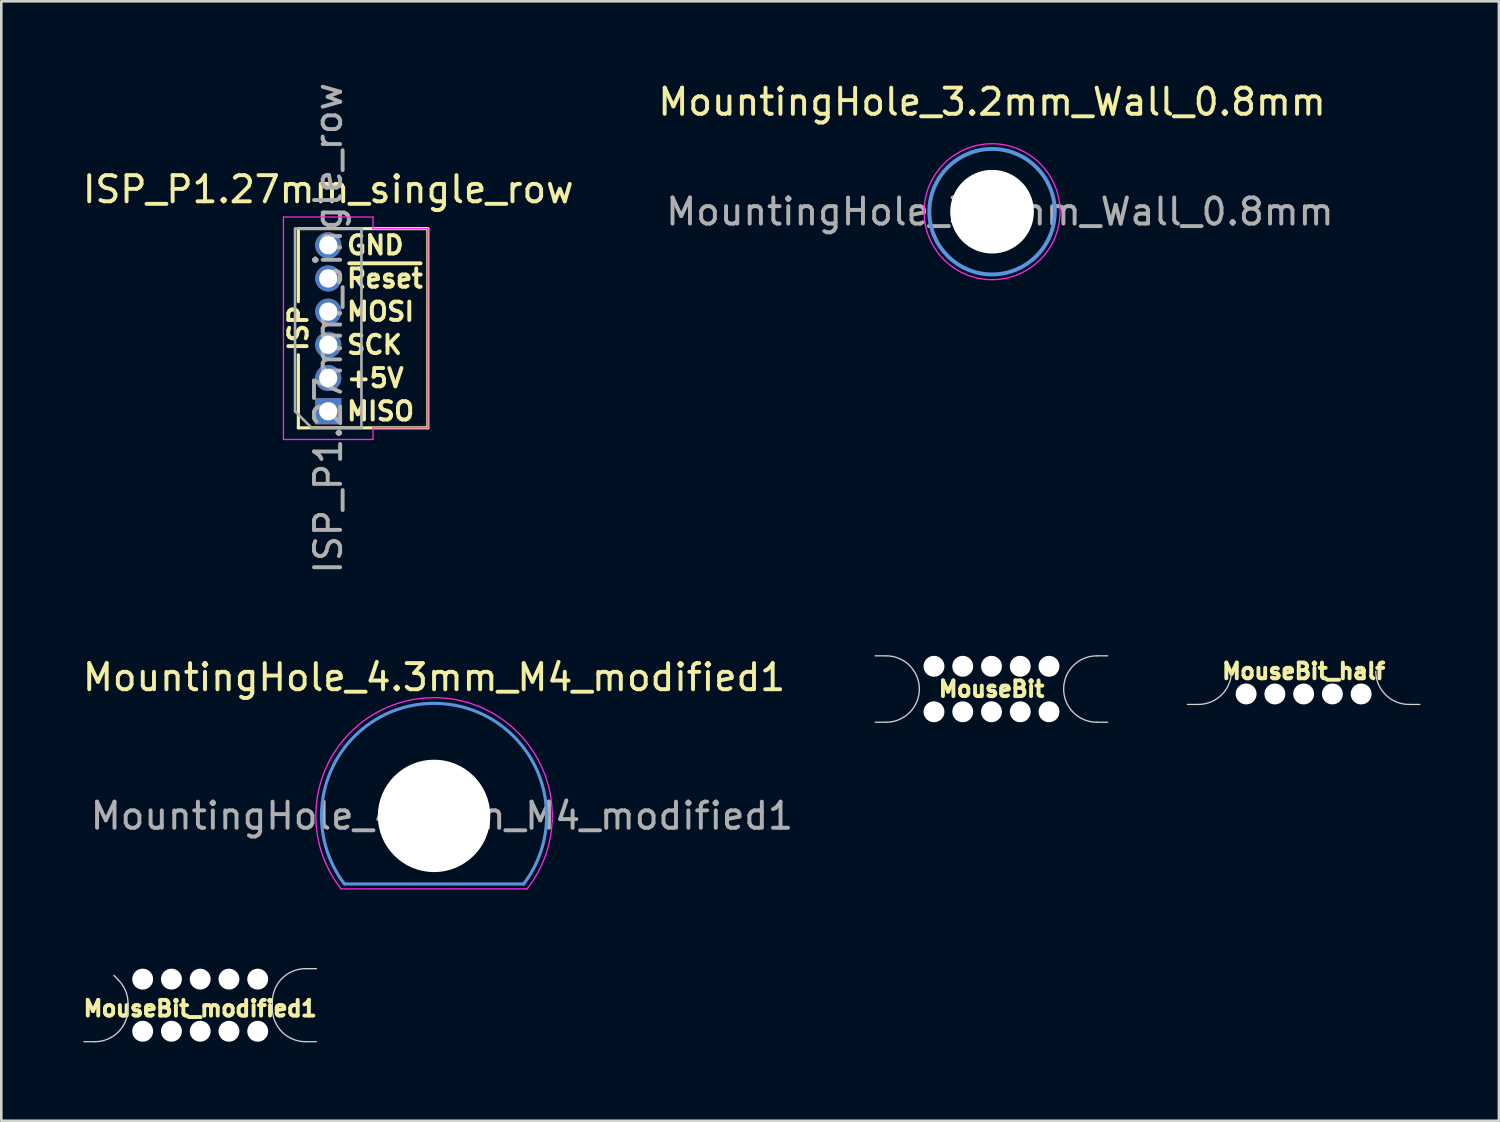
<source format=kicad_pcb>
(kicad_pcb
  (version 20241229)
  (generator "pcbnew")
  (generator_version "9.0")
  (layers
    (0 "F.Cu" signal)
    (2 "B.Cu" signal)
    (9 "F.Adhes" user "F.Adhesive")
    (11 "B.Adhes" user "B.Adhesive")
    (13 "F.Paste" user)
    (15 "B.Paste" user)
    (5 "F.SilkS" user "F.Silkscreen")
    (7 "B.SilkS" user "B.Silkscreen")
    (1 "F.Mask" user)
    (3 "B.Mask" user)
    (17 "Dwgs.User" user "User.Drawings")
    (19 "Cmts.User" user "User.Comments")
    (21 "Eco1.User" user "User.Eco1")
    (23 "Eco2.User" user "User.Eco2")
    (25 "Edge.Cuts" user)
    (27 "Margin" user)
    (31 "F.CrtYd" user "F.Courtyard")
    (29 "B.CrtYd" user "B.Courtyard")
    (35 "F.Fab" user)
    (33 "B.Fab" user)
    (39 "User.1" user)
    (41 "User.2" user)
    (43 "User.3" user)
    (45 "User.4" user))
  (footprint "ISP_P1.27mm_single_row"
    (layer "F.Cu")
    (at 9.506 6.331)
    (property "Reference" "ISP_P1.27mm_single_row" (at 0 -2.135 0) (layer "F.SilkS") (effects (font (size 1 1) (thickness 0.15))))
    (attr through_hole)
    (fp_line (start -1.143 -0.635) (end 3.81 -0.635) (stroke (width 0.12) (type solid)) (layer "F.SilkS"))
    (fp_line (start -1.143 2.159) (end -1.143 -0.635) (stroke (width 0.12) (type solid)) (layer "F.SilkS"))
    (fp_line (start -1.143 6.985) (end -1.143 4.191) (stroke (width 0.12) (type solid)) (layer "F.SilkS"))
    (fp_line (start 3.81 -0.635) (end 3.81 6.985) (stroke (width 0.12) (type solid)) (layer "F.SilkS"))
    (fp_line (start 3.81 6.985) (end -1.143 6.985) (stroke (width 0.12) (type solid)) (layer "F.SilkS"))
    (fp_line (start -1.714 -1.079) (end 1.714 -1.079) (stroke (width 0.05) (type solid)) (layer "F.CrtYd"))
    (fp_line (start -1.714 7.429) (end -1.714 -1.079) (stroke (width 0.05) (type solid)) (layer "F.CrtYd"))
    (fp_line (start 1.714 -1.079) (end 1.714 -0.635) (stroke (width 0.05) (type solid)) (layer "F.CrtYd"))
    (fp_line (start 1.714 -0.635) (end 3.81 -0.635) (stroke (width 0.05) (type solid)) (layer "F.CrtYd"))
    (fp_line (start 1.714 6.985) (end 3.81 6.985) (stroke (width 0.05) (type solid)) (layer "F.CrtYd"))
    (fp_line (start 1.714 7.429) (end -1.714 7.429) (stroke (width 0.05) (type solid)) (layer "F.CrtYd"))
    (fp_line (start 1.714 7.429) (end 1.714 6.985) (stroke (width 0.05) (type solid)) (layer "F.CrtYd"))
    (fp_line (start 3.81 -0.635) (end 3.81 6.985) (stroke (width 0.05) (type solid)) (layer "F.CrtYd"))
    (fp_line (start -1.27 -0.635) (end 1.27 -0.635) (stroke (width 0.1) (type solid)) (layer "F.Fab"))
    (fp_line (start -1.27 6.35) (end -1.27 -0.635) (stroke (width 0.1) (type solid)) (layer "F.Fab"))
    (fp_line (start -0.635 6.985) (end -1.27 6.35) (stroke (width 0.1) (type solid)) (layer "F.Fab"))
    (fp_line (start 1.27 -0.635) (end 1.27 6.985) (stroke (width 0.1) (type solid)) (layer "F.Fab"))
    (fp_line (start 1.27 6.985) (end -0.635 6.985) (stroke (width 0.1) (type solid)) (layer "F.Fab"))
    (fp_text user "SCK" (at 0.635 3.81 0) (layer "F.SilkS") (effects (font (size 0.7 0.7) (thickness 0.15)) (justify left)))
    (fp_text user "MOSI" (at 0.635 2.54 0) (layer "F.SilkS") (effects (font (size 0.7 0.7) (thickness 0.15)) (justify left)))
    (fp_text user "ISP" (at -1.143 3.175 270) (layer "F.SilkS") (effects (font (size 0.7 0.7) (thickness 0.15))))
    (fp_text user "GND" (at 0.635 0 0) (layer "F.SilkS") (effects (font (size 0.7 0.7) (thickness 0.15)) (justify left)))
    (fp_text user "+5V" (at 0.635 5.08 0) (layer "F.SilkS") (effects (font (size 0.7 0.7) (thickness 0.15)) (justify left)))
    (fp_text user "MISO" (at 0.635 6.35 0) (layer "F.SilkS") (effects (font (size 0.7 0.7) (thickness 0.15)) (justify left)))
    (fp_text user "~{Reset}" (at 0.635 1.27 0) (layer "F.SilkS") (effects (font (size 0.7 0.7) (thickness 0.15)) (justify left)))
    (fp_text user "${REFERENCE}" (at 0 3.175 270) (layer "F.Fab") (effects (font (size 1 1) (thickness 0.15))))
    (pad "1" thru_hole rect (at 0 6.35 180) (size 1 1) (drill 0.7) (layers "*.Cu" "*.Mask"))
    (pad "2" thru_hole oval (at 0 5.08 180) (size 1 1) (drill 0.7) (layers "*.Cu" "*.Mask"))
    (pad "3" thru_hole oval (at 0 3.81 180) (size 1 1) (drill 0.7) (layers "*.Cu" "*.Mask"))
    (pad "4" thru_hole oval (at 0 2.54 180) (size 1 1) (drill 0.7) (layers "*.Cu" "*.Mask"))
    (pad "5" thru_hole oval (at 0 1.27 180) (size 1 1) (drill 0.7) (layers "*.Cu" "*.Mask"))
    (pad "6" thru_hole oval (at 0 0 180) (size 1 1) (drill 0.7) (layers "*.Cu" "*.Mask")))
  (footprint "MountingHole_3.2mm_Wall_0.8mm"
    (layer "F.Cu")
    (at 34.899 5.048)
    (property "Reference" "MountingHole_3.2mm_Wall_0.8mm" (at 0 -4.2 0) (layer "F.SilkS") (effects (font (size 1 1) (thickness 0.15))))
    (attr exclude_from_pos_files exclude_from_bom)
    (fp_circle (center 0 0) (end 2.4 0) (stroke (width 0.15) (type solid)) (fill no) (layer "Cmts.User"))
    (fp_circle (center 0 0) (end 2.6 0) (stroke (width 0.05) (type solid)) (fill no) (layer "F.CrtYd"))
    (fp_text user "${REFERENCE}" (at 0.3 0 0) (layer "F.Fab") (effects (font (size 1 1) (thickness 0.15))))
    (pad "" np_thru_hole circle (at 0 0) (size 3.2 3.2) (drill 3.2) (layers "*.Cu" "*.Mask")))
  (footprint "MouseBit"
    (layer "F.Cu")
    (at 34.877 23.307)
    (property "Reference" "MouseBit" (at 0 0 0) (layer "F.SilkS") (effects (font (size 0.6 0.6) (thickness 0.15))))
    (attr through_hole)
    (fp_line (start -4.03 -1.27) (end -4.445 -1.27) (stroke (width 0.05) (type solid)) (layer "Edge.Cuts"))
    (fp_line (start -4.03 1.27) (end -4.445 1.27) (stroke (width 0.05) (type solid)) (layer "Edge.Cuts"))
    (fp_line (start 4.03 -1.27) (end 4.445 -1.27) (stroke (width 0.05) (type solid)) (layer "Edge.Cuts"))
    (fp_line (start 4.03 1.27) (end 4.445 1.27) (stroke (width 0.05) (type solid)) (layer "Edge.Cuts"))
    (fp_arc (start -4.03 -1.27) (mid -2.76 0) (end -4.03 1.27) (stroke (width 0.05) (type solid)) (layer "Edge.Cuts"))
    (fp_arc (start 4.03 1.27) (mid 2.76 0) (end 4.03 -1.27) (stroke (width 0.05) (type solid)) (layer "Edge.Cuts"))
    (pad "" np_thru_hole circle (at -2.2 -0.87 180) (size 0.8 0.8) (drill 0.8) (layers "*.Cu" "*.Mask"))
    (pad "" np_thru_hole circle (at -2.2 0.87) (size 0.8 0.8) (drill 0.8) (layers "*.Cu" "*.Mask"))
    (pad "" np_thru_hole circle (at -1.1 -0.87 180) (size 0.8 0.8) (drill 0.8) (layers "*.Cu" "*.Mask"))
    (pad "" np_thru_hole circle (at -1.1 0.87) (size 0.8 0.8) (drill 0.8) (layers "*.Cu" "*.Mask"))
    (pad "" np_thru_hole circle (at 0 -0.87 180) (size 0.8 0.8) (drill 0.8) (layers "*.Cu" "*.Mask"))
    (pad "" np_thru_hole circle (at 0 0.87) (size 0.8 0.8) (drill 0.8) (layers "*.Cu" "*.Mask"))
    (pad "" np_thru_hole circle (at 1.1 -0.87 180) (size 0.8 0.8) (drill 0.8) (layers "*.Cu" "*.Mask"))
    (pad "" np_thru_hole circle (at 1.1 0.87) (size 0.8 0.8) (drill 0.8) (layers "*.Cu" "*.Mask"))
    (pad "" np_thru_hole circle (at 2.2 -0.87 180) (size 0.8 0.8) (drill 0.8) (layers "*.Cu" "*.Mask"))
    (pad "" np_thru_hole circle (at 2.2 0.87) (size 0.8 0.8) (drill 0.8) (layers "*.Cu" "*.Mask")))
  (footprint "MouseBit_half"
    (layer "F.Cu")
    (at 46.817 22.626)
    (property "Reference" "MouseBit_half" (at 0 0 0) (layer "F.SilkS") (effects (font (size 0.6 0.6) (thickness 0.15))))
    (attr through_hole)
    (fp_line (start -4.03 1.27) (end -4.445 1.27) (stroke (width 0.05) (type solid)) (layer "Edge.Cuts"))
    (fp_line (start 4.03 1.27) (end 4.445 1.27) (stroke (width 0.05) (type solid)) (layer "Edge.Cuts"))
    (fp_arc (start -2.76 0) (mid -3.131974 0.898026) (end -4.03 1.27) (stroke (width 0.05) (type solid)) (layer "Edge.Cuts"))
    (fp_arc (start 4.03 1.27) (mid 3.131974 0.898026) (end 2.76 0) (stroke (width 0.05) (type solid)) (layer "Edge.Cuts"))
    (pad "" np_thru_hole circle (at -2.2 0.87) (size 0.8 0.8) (drill 0.8) (layers "*.Cu" "*.Mask"))
    (pad "" np_thru_hole circle (at -1.1 0.87) (size 0.8 0.8) (drill 0.8) (layers "*.Cu" "*.Mask"))
    (pad "" np_thru_hole circle (at 0 0.87) (size 0.8 0.8) (drill 0.8) (layers "*.Cu" "*.Mask"))
    (pad "" np_thru_hole circle (at 1.1 0.87) (size 0.8 0.8) (drill 0.8) (layers "*.Cu" "*.Mask"))
    (pad "" np_thru_hole circle (at 2.2 0.87) (size 0.8 0.8) (drill 0.8) (layers "*.Cu" "*.Mask")))
  (footprint "MouseBit_modified1"
    (layer "F.Cu")
    (at 4.608 35.528)
    (property "Reference" "MouseBit_modified1" (at 0 0 0) (layer "F.SilkS") (effects (font (size 0.6 0.6) (thickness 0.15))))
    (attr through_hole)
    (fp_line (start -4.03 1.27) (end -4.445 1.27) (stroke (width 0.05) (type solid)) (layer "Edge.Cuts"))
    (fp_line (start -3.132 -1.092) (end -3.302 -1.27) (stroke (width 0.05) (type solid)) (layer "Edge.Cuts"))
    (fp_line (start -2.76 0) (end -2.76 -0.194) (stroke (width 0.05) (type solid)) (layer "Edge.Cuts"))
    (fp_line (start 2.76 -0.254) (end 2.76 0) (stroke (width 0.05) (type solid)) (layer "Edge.Cuts"))
    (fp_line (start 4.03 -1.524) (end 4.445 -1.524) (stroke (width 0.05) (type solid)) (layer "Edge.Cuts"))
    (fp_line (start 4.03 1.27) (end 4.445 1.27) (stroke (width 0.05) (type solid)) (layer "Edge.Cuts"))
    (fp_arc (start -3.131974 -1.0922) (mid -2.856672 -0.680182) (end -2.76 -0.194174) (stroke (width 0.05) (type solid)) (layer "Edge.Cuts"))
    (fp_arc (start -2.76 0) (mid -3.131974 0.898026) (end -4.03 1.27) (stroke (width 0.05) (type solid)) (layer "Edge.Cuts"))
    (fp_arc (start 2.76 -0.254) (mid 3.131974 -1.152026) (end 4.03 -1.524) (stroke (width 0.05) (type solid)) (layer "Edge.Cuts"))
    (fp_arc (start 4.03 1.27) (mid 3.131974 0.898026) (end 2.76 0) (stroke (width 0.05) (type solid)) (layer "Edge.Cuts"))
    (pad "" np_thru_hole circle (at -2.2 -1.124 180) (size 0.8 0.8) (drill 0.8) (layers "*.Cu" "*.Mask"))
    (pad "" np_thru_hole circle (at -2.2 0.87) (size 0.8 0.8) (drill 0.8) (layers "*.Cu" "*.Mask"))
    (pad "" np_thru_hole circle (at -1.1 -1.124 180) (size 0.8 0.8) (drill 0.8) (layers "*.Cu" "*.Mask"))
    (pad "" np_thru_hole circle (at -1.1 0.87) (size 0.8 0.8) (drill 0.8) (layers "*.Cu" "*.Mask"))
    (pad "" np_thru_hole circle (at 0 -1.124 180) (size 0.8 0.8) (drill 0.8) (layers "*.Cu" "*.Mask"))
    (pad "" np_thru_hole circle (at 0 0.87) (size 0.8 0.8) (drill 0.8) (layers "*.Cu" "*.Mask"))
    (pad "" np_thru_hole circle (at 1.1 -1.124 180) (size 0.8 0.8) (drill 0.8) (layers "*.Cu" "*.Mask"))
    (pad "" np_thru_hole circle (at 1.1 0.87) (size 0.8 0.8) (drill 0.8) (layers "*.Cu" "*.Mask"))
    (pad "" np_thru_hole circle (at 2.2 -1.124 180) (size 0.8 0.8) (drill 0.8) (layers "*.Cu" "*.Mask"))
    (pad "" np_thru_hole circle (at 2.2 0.87) (size 0.8 0.8) (drill 0.8) (layers "*.Cu" "*.Mask")))
  (footprint "MountingHole_4.3mm_M4_modified1"
    (layer "F.Cu")
    (at 13.554 28.16)
    (property "Reference" "MountingHole_4.3mm_M4_modified1" (at 0 -5.3 0) (layer "F.SilkS") (effects (font (size 1 1) (thickness 0.15))))
    (attr exclude_from_pos_files exclude_from_bom)
    (fp_line (start 3.429 2.603) (end -3.429 2.603) (stroke (width 0.12) (type solid)) (layer "Cmts.User"))
    (fp_arc (start -3.428999 2.603499) (mid 0 -4.305374) (end 3.428999 2.603499) (stroke (width 0.12) (type solid)) (layer "Cmts.User"))
    (fp_line (start -3.557 2.793) (end 3.556 2.794) (stroke (width 0.05) (type solid)) (layer "F.CrtYd"))
    (fp_arc (start -3.556703 2.793102) (mid 0.00057 -4.52234) (end 3.555999 2.793999) (stroke (width 0.05) (type solid)) (layer "F.CrtYd"))
    (fp_text user "${REFERENCE}" (at 0.3 0 0) (layer "F.Fab") (effects (font (size 1 1) (thickness 0.15))))
    (pad "" np_thru_hole circle (at 0 0) (size 4.3 4.3) (drill 4.3) (layers "*.Cu" "*.Mask")))
  (gr_rect
    (start -3 -3)
    (end 54.287 39.823)
    (stroke (width 0.1) (type default))
    (fill no)
    (layer "Edge.Cuts")))
</source>
